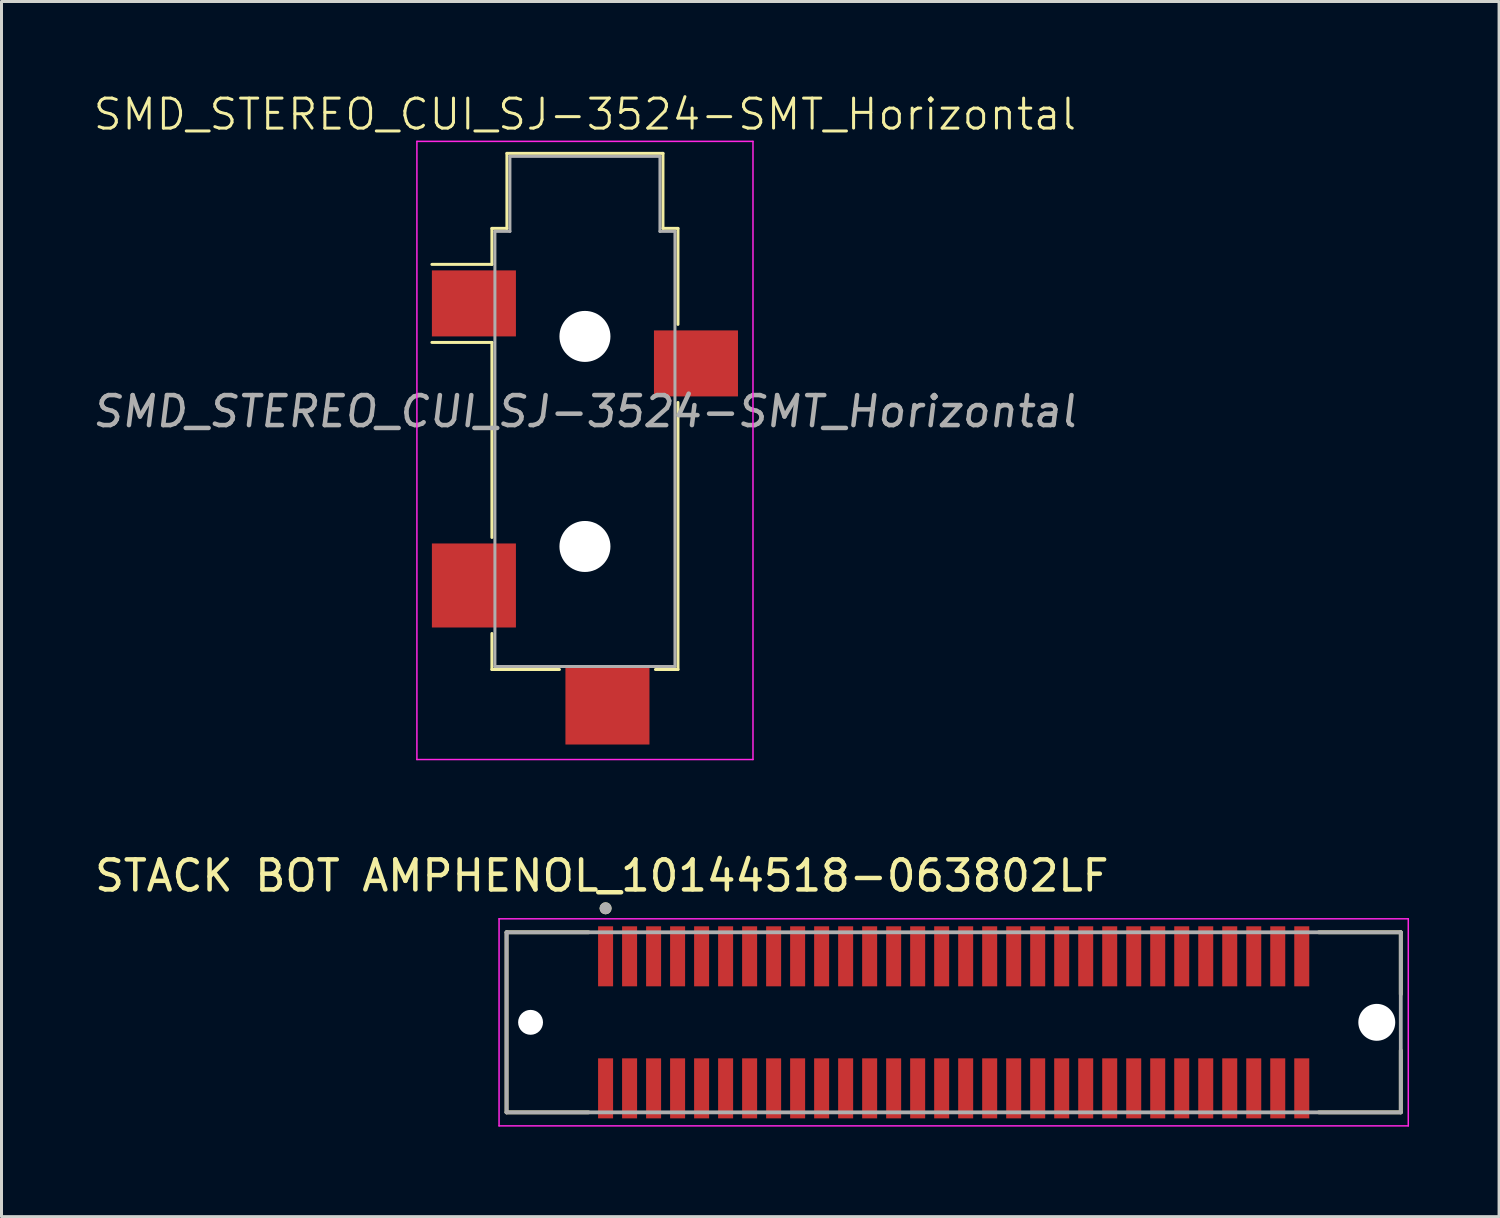
<source format=kicad_pcb>
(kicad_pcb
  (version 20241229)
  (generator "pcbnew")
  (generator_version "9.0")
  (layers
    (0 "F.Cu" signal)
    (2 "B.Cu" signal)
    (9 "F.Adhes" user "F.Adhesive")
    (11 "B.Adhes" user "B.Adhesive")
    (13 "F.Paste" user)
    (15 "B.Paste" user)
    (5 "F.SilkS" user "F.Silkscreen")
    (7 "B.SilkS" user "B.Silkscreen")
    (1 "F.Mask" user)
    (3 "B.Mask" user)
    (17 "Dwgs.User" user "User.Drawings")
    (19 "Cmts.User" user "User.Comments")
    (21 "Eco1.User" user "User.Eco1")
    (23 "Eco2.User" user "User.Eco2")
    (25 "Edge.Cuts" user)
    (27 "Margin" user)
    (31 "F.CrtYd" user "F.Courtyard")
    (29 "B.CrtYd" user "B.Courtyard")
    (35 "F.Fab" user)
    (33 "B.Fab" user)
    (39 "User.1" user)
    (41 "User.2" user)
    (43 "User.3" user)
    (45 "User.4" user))
  (footprint "SMD_STEREO_CUI_SJ-3524-SMT_Horizontal"
    (layer "F.Cu")
    (at 16.443 10.661)
    (property "Reference" "SMD_STEREO_CUI_SJ-3524-SMT_Horizontal" (at 0 -9.9 0) (layer "F.SilkS") (effects (font (size 1 1) (thickness 0.1))))
    (attr smd)
    (fp_line (start -3.1 4.2) (end -3.1 -2.3) (stroke (width 0.1) (type solid)) (layer "F.SilkS"))
    (fp_line (start -3.1 -6.1) (end -2.6 -6.1) (stroke (width 0.1) (type solid)) (layer "F.SilkS"))
    (fp_line (start -3.1 -4.9) (end -5.1 -4.9) (stroke (width 0.1) (type solid)) (layer "F.SilkS"))
    (fp_line (start -3.1 -4.9) (end -3.1 -6.1) (stroke (width 0.1) (type solid)) (layer "F.SilkS"))
    (fp_line (start -3.1 -2.3) (end -5.1 -2.3) (stroke (width 0.1) (type solid)) (layer "F.SilkS"))
    (fp_line (start -3.1 8.6) (end -3.1 7.4) (stroke (width 0.1) (type solid)) (layer "F.SilkS"))
    (fp_line (start -2.6 -8.6) (end 2.6 -8.6) (stroke (width 0.1) (type solid)) (layer "F.SilkS"))
    (fp_line (start -2.6 -6.1) (end -2.6 -8.6) (stroke (width 0.1) (type solid)) (layer "F.SilkS"))
    (fp_line (start -0.85 8.6) (end -3.1 8.6) (stroke (width 0.1) (type solid)) (layer "F.SilkS"))
    (fp_line (start 2.6 -8.6) (end 2.6 -6.1) (stroke (width 0.1) (type solid)) (layer "F.SilkS"))
    (fp_line (start 2.6 -6.1) (end 3.1 -6.1) (stroke (width 0.1) (type solid)) (layer "F.SilkS"))
    (fp_line (start 3.1 -6.1) (end 3.1 -2.9) (stroke (width 0.1) (type solid)) (layer "F.SilkS"))
    (fp_line (start 3.1 -0.3) (end 3.1 8.6) (stroke (width 0.1) (type solid)) (layer "F.SilkS"))
    (fp_line (start 3.1 8.6) (end 2.35 8.6) (stroke (width 0.1) (type solid)) (layer "F.SilkS"))
    (fp_line (start -5.6 -9) (end 5.6 -9) (stroke (width 0.05) (type solid)) (layer "F.CrtYd"))
    (fp_line (start -5.6 11.6) (end -5.6 -9) (stroke (width 0.05) (type solid)) (layer "F.CrtYd"))
    (fp_line (start 5.6 -9) (end 5.6 11.6) (stroke (width 0.05) (type solid)) (layer "F.CrtYd"))
    (fp_line (start 5.6 11.6) (end -5.6 11.6) (stroke (width 0.05) (type solid)) (layer "F.CrtYd"))
    (fp_line (start -3 -6) (end -2.5 -6) (stroke (width 0.1) (type solid)) (layer "F.Fab"))
    (fp_line (start -3 8.5) (end -3 -6) (stroke (width 0.1) (type solid)) (layer "F.Fab"))
    (fp_line (start -2.5 -8.5) (end 2.5 -8.5) (stroke (width 0.1) (type solid)) (layer "F.Fab"))
    (fp_line (start -2.5 -6) (end -2.5 -8.5) (stroke (width 0.1) (type solid)) (layer "F.Fab"))
    (fp_line (start 2.5 -8.5) (end 2.5 -6) (stroke (width 0.1) (type solid)) (layer "F.Fab"))
    (fp_line (start 2.5 -6) (end 3 -6) (stroke (width 0.1) (type solid)) (layer "F.Fab"))
    (fp_line (start 3 -6) (end 3 8.5) (stroke (width 0.1) (type solid)) (layer "F.Fab"))
    (fp_line (start 3 8.5) (end -3 8.5) (stroke (width 0.1) (type solid)) (layer "F.Fab"))
    (fp_text user "${REFERENCE}" (at 0 0 0) (unlocked yes) (layer "F.Fab") (effects (font (size 1 1) (thickness 0.15) (italic yes))))
    (pad "" np_thru_hole circle (at 0 -2.5) (size 1.7 1.7) (drill 1.7) (layers "*.Cu" "*.Mask"))
    (pad "" np_thru_hole circle (at 0 4.5) (size 1.7 1.7) (drill 1.7) (layers "*.Cu" "*.Mask"))
    (pad "R" smd rect (at 3.7 -1.6) (size 2.8 2.2) (layers "F.Cu" "F.Mask" "F.Paste"))
    (pad "S" smd rect (at -3.7 -3.6) (size 2.8 2.2) (layers "F.Cu" "F.Mask" "F.Paste"))
    (pad "T" smd rect (at -3.7 5.8) (size 2.8 2.8) (layers "F.Cu" "F.Mask" "F.Paste"))
    (pad "TN" smd rect (at 0.75 9.8) (size 2.8 2.6) (layers "F.Cu" "F.Mask" "F.Paste")))
  (footprint "STACK BOT AMPHENOL_10144518-063802LF"
    (layer "F.Cu")
    (at 28.731 31.019)
    (property "Reference" "STACK BOT AMPHENOL_10144518-063802LF" (at -11.725 -4.885 0) (layer "F.SilkS") (effects (font (size 1 1) (thickness 0.15))))
    (attr smd)
    (fp_line (start -14.9 -3) (end -12.17 -3) (stroke (width 0.127) (type solid)) (layer "F.SilkS"))
    (fp_line (start -14.9 3) (end -14.9 -3) (stroke (width 0.127) (type solid)) (layer "F.SilkS"))
    (fp_line (start -14.9 3) (end -12.17 3) (stroke (width 0.127) (type solid)) (layer "F.SilkS"))
    (fp_line (start 12.17 -3) (end 14.9 -3) (stroke (width 0.127) (type solid)) (layer "F.SilkS"))
    (fp_line (start 12.17 3) (end 14.9 3) (stroke (width 0.127) (type solid)) (layer "F.SilkS"))
    (fp_line (start 14.9 -3) (end 14.9 -0.935) (stroke (width 0.127) (type solid)) (layer "F.SilkS"))
    (fp_line (start 14.9 0.935) (end 14.9 3) (stroke (width 0.127) (type solid)) (layer "F.SilkS"))
    (fp_circle (center -11.6 -3.8) (end -11.5 -3.8) (stroke (width 0.2) (type solid)) (fill no) (layer "F.SilkS"))
    (fp_line (start -15.15 -3.45) (end -15.15 3.45) (stroke (width 0.05) (type solid)) (layer "F.CrtYd"))
    (fp_line (start -15.15 3.45) (end 15.15 3.45) (stroke (width 0.05) (type solid)) (layer "F.CrtYd"))
    (fp_line (start 15.15 -3.45) (end -15.15 -3.45) (stroke (width 0.05) (type solid)) (layer "F.CrtYd"))
    (fp_line (start 15.15 3.45) (end 15.15 -3.45) (stroke (width 0.05) (type solid)) (layer "F.CrtYd"))
    (fp_line (start -14.9 -3) (end 14.9 -3) (stroke (width 0.127) (type solid)) (layer "F.Fab"))
    (fp_line (start -14.9 3) (end -14.9 -3) (stroke (width 0.127) (type solid)) (layer "F.Fab"))
    (fp_line (start 14.9 -3) (end 14.9 3) (stroke (width 0.127) (type solid)) (layer "F.Fab"))
    (fp_line (start 14.9 3) (end -14.9 3) (stroke (width 0.127) (type solid)) (layer "F.Fab"))
    (fp_circle (center -11.6 -3.8) (end -11.5 -3.8) (stroke (width 0.2) (type solid)) (fill no) (layer "F.Fab"))
    (pad "" np_thru_hole circle (at -14.1 0) (size 0.83 0.83) (drill 0.83) (layers "*.Cu" "*.Mask"))
    (pad "" np_thru_hole circle (at 14.1 0) (size 1.23 1.23) (drill 1.23) (layers "*.Cu" "*.Mask"))
    (pad "1" smd rect (at -11.6 -2.2) (size 0.5 2) (layers "F.Cu" "F.Mask" "F.Paste"))
    (pad "2" smd rect (at -11.6 2.2) (size 0.5 2) (layers "F.Cu" "F.Mask" "F.Paste"))
    (pad "3" smd rect (at -10.8 -2.2) (size 0.5 2) (layers "F.Cu" "F.Mask" "F.Paste"))
    (pad "4" smd rect (at -10.8 2.2) (size 0.5 2) (layers "F.Cu" "F.Mask" "F.Paste"))
    (pad "5" smd rect (at -10 -2.2) (size 0.5 2) (layers "F.Cu" "F.Mask" "F.Paste"))
    (pad "6" smd rect (at -10 2.2) (size 0.5 2) (layers "F.Cu" "F.Mask" "F.Paste"))
    (pad "7" smd rect (at -9.2 -2.2) (size 0.5 2) (layers "F.Cu" "F.Mask" "F.Paste"))
    (pad "8" smd rect (at -9.2 2.2) (size 0.5 2) (layers "F.Cu" "F.Mask" "F.Paste"))
    (pad "9" smd rect (at -8.4 -2.2) (size 0.5 2) (layers "F.Cu" "F.Mask" "F.Paste"))
    (pad "10" smd rect (at -8.4 2.2) (size 0.5 2) (layers "F.Cu" "F.Mask" "F.Paste"))
    (pad "11" smd rect (at -7.6 -2.2) (size 0.5 2) (layers "F.Cu" "F.Mask" "F.Paste"))
    (pad "12" smd rect (at -7.6 2.2) (size 0.5 2) (layers "F.Cu" "F.Mask" "F.Paste"))
    (pad "13" smd rect (at -6.8 -2.2) (size 0.5 2) (layers "F.Cu" "F.Mask" "F.Paste"))
    (pad "14" smd rect (at -6.8 2.2) (size 0.5 2) (layers "F.Cu" "F.Mask" "F.Paste"))
    (pad "15" smd rect (at -6 -2.2) (size 0.5 2) (layers "F.Cu" "F.Mask" "F.Paste"))
    (pad "16" smd rect (at -6 2.2) (size 0.5 2) (layers "F.Cu" "F.Mask" "F.Paste"))
    (pad "17" smd rect (at -5.2 -2.2) (size 0.5 2) (layers "F.Cu" "F.Mask" "F.Paste"))
    (pad "18" smd rect (at -5.2 2.2) (size 0.5 2) (layers "F.Cu" "F.Mask" "F.Paste"))
    (pad "19" smd rect (at -4.4 -2.2) (size 0.5 2) (layers "F.Cu" "F.Mask" "F.Paste"))
    (pad "20" smd rect (at -4.4 2.2) (size 0.5 2) (layers "F.Cu" "F.Mask" "F.Paste"))
    (pad "21" smd rect (at -3.6 -2.2) (size 0.5 2) (layers "F.Cu" "F.Mask" "F.Paste"))
    (pad "22" smd rect (at -3.6 2.2) (size 0.5 2) (layers "F.Cu" "F.Mask" "F.Paste"))
    (pad "23" smd rect (at -2.8 -2.2) (size 0.5 2) (layers "F.Cu" "F.Mask" "F.Paste"))
    (pad "24" smd rect (at -2.8 2.2) (size 0.5 2) (layers "F.Cu" "F.Mask" "F.Paste"))
    (pad "25" smd rect (at -2 -2.2) (size 0.5 2) (layers "F.Cu" "F.Mask" "F.Paste"))
    (pad "26" smd rect (at -2 2.2) (size 0.5 2) (layers "F.Cu" "F.Mask" "F.Paste"))
    (pad "27" smd rect (at -1.2 -2.2) (size 0.5 2) (layers "F.Cu" "F.Mask" "F.Paste"))
    (pad "28" smd rect (at -1.2 2.2) (size 0.5 2) (layers "F.Cu" "F.Mask" "F.Paste"))
    (pad "29" smd rect (at -0.4 -2.2) (size 0.5 2) (layers "F.Cu" "F.Mask" "F.Paste"))
    (pad "30" smd rect (at -0.4 2.2) (size 0.5 2) (layers "F.Cu" "F.Mask" "F.Paste"))
    (pad "31" smd rect (at 0.4 -2.2) (size 0.5 2) (layers "F.Cu" "F.Mask" "F.Paste"))
    (pad "32" smd rect (at 0.4 2.2) (size 0.5 2) (layers "F.Cu" "F.Mask" "F.Paste"))
    (pad "33" smd rect (at 1.2 -2.2) (size 0.5 2) (layers "F.Cu" "F.Mask" "F.Paste"))
    (pad "34" smd rect (at 1.2 2.2) (size 0.5 2) (layers "F.Cu" "F.Mask" "F.Paste"))
    (pad "35" smd rect (at 2 -2.2) (size 0.5 2) (layers "F.Cu" "F.Mask" "F.Paste"))
    (pad "36" smd rect (at 2 2.2) (size 0.5 2) (layers "F.Cu" "F.Mask" "F.Paste"))
    (pad "37" smd rect (at 2.8 -2.2) (size 0.5 2) (layers "F.Cu" "F.Mask" "F.Paste"))
    (pad "38" smd rect (at 2.8 2.2) (size 0.5 2) (layers "F.Cu" "F.Mask" "F.Paste"))
    (pad "39" smd rect (at 3.6 -2.2) (size 0.5 2) (layers "F.Cu" "F.Mask" "F.Paste"))
    (pad "40" smd rect (at 3.6 2.2) (size 0.5 2) (layers "F.Cu" "F.Mask" "F.Paste"))
    (pad "41" smd rect (at 4.4 -2.2) (size 0.5 2) (layers "F.Cu" "F.Mask" "F.Paste"))
    (pad "42" smd rect (at 4.4 2.2) (size 0.5 2) (layers "F.Cu" "F.Mask" "F.Paste"))
    (pad "43" smd rect (at 5.2 -2.2) (size 0.5 2) (layers "F.Cu" "F.Mask" "F.Paste"))
    (pad "44" smd rect (at 5.2 2.2) (size 0.5 2) (layers "F.Cu" "F.Mask" "F.Paste"))
    (pad "45" smd rect (at 6 -2.2) (size 0.5 2) (layers "F.Cu" "F.Mask" "F.Paste"))
    (pad "46" smd rect (at 6 2.2) (size 0.5 2) (layers "F.Cu" "F.Mask" "F.Paste"))
    (pad "47" smd rect (at 6.8 -2.2) (size 0.5 2) (layers "F.Cu" "F.Mask" "F.Paste"))
    (pad "48" smd rect (at 6.8 2.2) (size 0.5 2) (layers "F.Cu" "F.Mask" "F.Paste"))
    (pad "49" smd rect (at 7.6 -2.2) (size 0.5 2) (layers "F.Cu" "F.Mask" "F.Paste"))
    (pad "50" smd rect (at 7.6 2.2) (size 0.5 2) (layers "F.Cu" "F.Mask" "F.Paste"))
    (pad "51" smd rect (at 8.4 -2.2) (size 0.5 2) (layers "F.Cu" "F.Mask" "F.Paste"))
    (pad "52" smd rect (at 8.4 2.2) (size 0.5 2) (layers "F.Cu" "F.Mask" "F.Paste"))
    (pad "53" smd rect (at 9.2 -2.2) (size 0.5 2) (layers "F.Cu" "F.Mask" "F.Paste"))
    (pad "54" smd rect (at 9.2 2.2) (size 0.5 2) (layers "F.Cu" "F.Mask" "F.Paste"))
    (pad "55" smd rect (at 10 -2.2) (size 0.5 2) (layers "F.Cu" "F.Mask" "F.Paste"))
    (pad "56" smd rect (at 10 2.2) (size 0.5 2) (layers "F.Cu" "F.Mask" "F.Paste"))
    (pad "57" smd rect (at 10.8 -2.2) (size 0.5 2) (layers "F.Cu" "F.Mask" "F.Paste"))
    (pad "58" smd rect (at 10.8 2.2) (size 0.5 2) (layers "F.Cu" "F.Mask" "F.Paste"))
    (pad "59" smd rect (at 11.6 -2.2) (size 0.5 2) (layers "F.Cu" "F.Mask" "F.Paste"))
    (pad "60" smd rect (at 11.6 2.2) (size 0.5 2) (layers "F.Cu" "F.Mask" "F.Paste")))
  (gr_rect
    (start -3 -3)
    (end 46.906 37.494)
    (stroke (width 0.1) (type default))
    (fill no)
    (layer "Edge.Cuts")))
</source>
